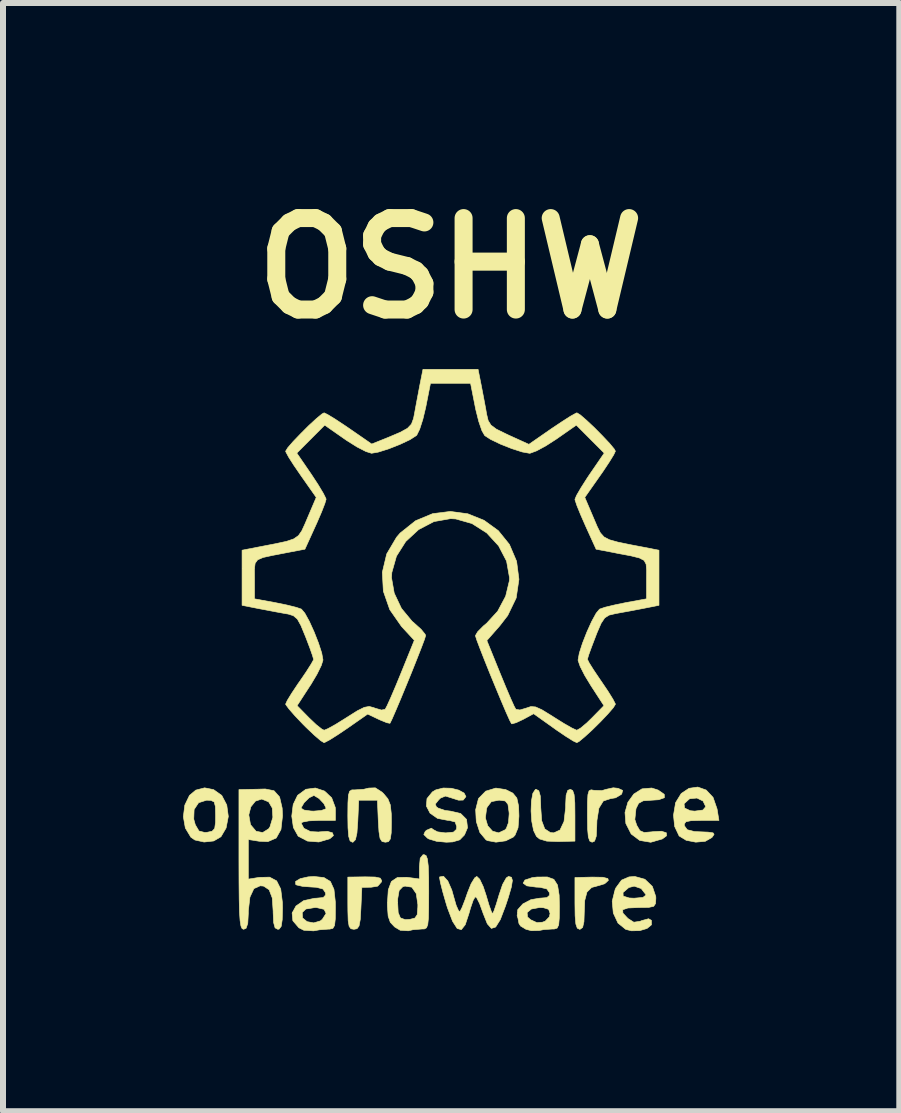
<source format=kicad_pcb>
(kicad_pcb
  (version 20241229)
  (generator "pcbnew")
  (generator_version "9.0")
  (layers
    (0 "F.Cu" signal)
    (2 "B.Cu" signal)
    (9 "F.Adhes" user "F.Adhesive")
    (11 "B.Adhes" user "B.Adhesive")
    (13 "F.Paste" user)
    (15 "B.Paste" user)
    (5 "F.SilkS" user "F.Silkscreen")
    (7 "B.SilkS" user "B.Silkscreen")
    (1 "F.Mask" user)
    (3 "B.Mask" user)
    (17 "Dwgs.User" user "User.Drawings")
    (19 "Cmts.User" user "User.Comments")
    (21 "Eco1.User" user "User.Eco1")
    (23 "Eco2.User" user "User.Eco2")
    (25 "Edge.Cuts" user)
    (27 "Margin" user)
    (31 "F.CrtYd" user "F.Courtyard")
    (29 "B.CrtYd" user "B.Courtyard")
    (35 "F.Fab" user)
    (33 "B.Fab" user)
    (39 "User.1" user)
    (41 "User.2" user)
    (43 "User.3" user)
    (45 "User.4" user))
  (footprint "OSHW"
    (layer "F.Cu")
    (at 4.456 7.768)
    (property "Reference" "OSHW" (at 0 -6.35 0) (layer "F.SilkS") (effects (font (size 1.524 1.524) (thickness 0.3))))
    (attr through_hole)
    (fp_poly (pts (xy -1.256 3.794) (xy -1.172 3.812) (xy -1.148 3.851) (xy -1.15 3.875) (xy -1.213 3.946) (xy -1.322 3.964) (xy -1.477 3.966) (xy -1.493 4.315) (xy -1.504 4.503) (xy -1.524 4.609) (xy -1.558 4.655) (xy -1.609 4.665) (xy -1.659 4.656) (xy -1.689 4.616) (xy -1.705 4.525) (xy -1.71 4.361) (xy -1.711 4.23) (xy -1.711 3.795) (xy -1.422 3.791) (xy -1.256 3.794)) (stroke (width 0.01) (type solid)) (fill yes) (layer "F.SilkS"))
    (fp_poly (pts (xy 2.537 3.798) (xy 2.621 3.819) (xy 2.63 3.85) (xy 2.568 3.906) (xy 2.484 3.932) (xy 2.351 3.968) (xy 2.273 4.045) (xy 2.236 4.185) (xy 2.229 4.361) (xy 2.223 4.539) (xy 2.201 4.634) (xy 2.158 4.665) (xy 2.151 4.665) (xy 2.112 4.646) (xy 2.088 4.577) (xy 2.076 4.439) (xy 2.073 4.234) (xy 2.073 3.802) (xy 2.362 3.795) (xy 2.537 3.798)) (stroke (width 0.01) (type solid)) (fill yes) (layer "F.SilkS"))
    (fp_poly (pts (xy 2.792 2.316) (xy 2.868 2.351) (xy 2.853 2.407) (xy 2.846 2.417) (xy 2.75 2.474) (xy 2.665 2.488) (xy 2.546 2.527) (xy 2.472 2.647) (xy 2.439 2.854) (xy 2.436 2.951) (xy 2.428 3.115) (xy 2.4 3.196) (xy 2.359 3.214) (xy 2.32 3.195) (xy 2.296 3.127) (xy 2.284 2.992) (xy 2.281 2.772) (xy 2.281 2.767) (xy 2.282 2.552) (xy 2.289 2.422) (xy 2.308 2.358) (xy 2.342 2.341) (xy 2.393 2.35) (xy 2.522 2.354) (xy 2.592 2.333) (xy 2.711 2.307) (xy 2.792 2.316)) (stroke (width 0.01) (type solid)) (fill yes) (layer "F.SilkS"))
    (fp_poly (pts (xy 3.461 2.346) (xy 3.561 2.416) (xy 3.563 2.472) (xy 3.47 2.506) (xy 3.352 2.514) (xy 3.21 2.524) (xy 3.134 2.566) (xy 3.09 2.655) (xy 3.071 2.836) (xy 3.103 2.933) (xy 3.155 3.021) (xy 3.226 3.052) (xy 3.355 3.041) (xy 3.368 3.039) (xy 3.515 3.031) (xy 3.596 3.057) (xy 3.599 3.107) (xy 3.53 3.159) (xy 3.336 3.215) (xy 3.152 3.184) (xy 3.01 3.077) (xy 2.921 2.902) (xy 2.907 2.719) (xy 2.955 2.549) (xy 3.054 2.411) (xy 3.19 2.325) (xy 3.353 2.311) (xy 3.461 2.346)) (stroke (width 0.01) (type solid)) (fill yes) (layer "F.SilkS"))
    (fp_poly (pts (xy 2.035 2.352) (xy 2.059 2.421) (xy 2.071 2.559) (xy 2.073 2.764) (xy 2.073 3.196) (xy 1.795 3.203) (xy 1.604 3.196) (xy 1.484 3.16) (xy 1.432 3.117) (xy 1.384 3.019) (xy 1.354 2.869) (xy 1.342 2.695) (xy 1.348 2.529) (xy 1.372 2.399) (xy 1.414 2.335) (xy 1.426 2.333) (xy 1.471 2.357) (xy 1.496 2.444) (xy 1.503 2.612) (xy 1.503 2.633) (xy 1.519 2.856) (xy 1.57 2.992) (xy 1.663 3.053) (xy 1.719 3.058) (xy 1.824 3.011) (xy 1.891 2.869) (xy 1.918 2.637) (xy 1.918 2.595) (xy 1.926 2.431) (xy 1.954 2.35) (xy 1.996 2.333) (xy 2.035 2.352)) (stroke (width 0.01) (type solid)) (fill yes) (layer "F.SilkS"))
    (fp_poly (pts (xy -1.141 2.38) (xy -1.115 2.405) (xy -1.043 2.492) (xy -1.003 2.592) (xy -0.987 2.738) (xy -0.985 2.875) (xy -0.988 3.058) (xy -1.003 3.16) (xy -1.035 3.205) (xy -1.086 3.214) (xy -1.141 3.202) (xy -1.174 3.151) (xy -1.192 3.039) (xy -1.203 2.864) (xy -1.218 2.514) (xy -1.529 2.514) (xy -1.545 2.864) (xy -1.559 3.061) (xy -1.584 3.172) (xy -1.624 3.213) (xy -1.635 3.214) (xy -1.673 3.193) (xy -1.696 3.119) (xy -1.708 2.975) (xy -1.711 2.774) (xy -1.709 2.561) (xy -1.701 2.431) (xy -1.681 2.365) (xy -1.644 2.342) (xy -1.594 2.342) (xy -1.446 2.332) (xy -1.362 2.312) (xy -1.253 2.308) (xy -1.141 2.38)) (stroke (width 0.01) (type solid)) (fill yes) (layer "F.SilkS"))
    (fp_poly (pts (xy -3.947 2.338) (xy -3.811 2.435) (xy -3.728 2.594) (xy -3.702 2.785) (xy -3.739 2.977) (xy -3.825 3.123) (xy -3.945 3.193) (xy -4.106 3.211) (xy -4.259 3.177) (xy -4.325 3.132) (xy -4.418 2.978) (xy -4.444 2.83) (xy -4.278 2.83) (xy -4.252 2.924) (xy -4.191 3.027) (xy -4.094 3.052) (xy -4.056 3.049) (xy -3.972 3.031) (xy -3.929 2.985) (xy -3.915 2.882) (xy -3.914 2.773) (xy -3.917 2.62) (xy -3.938 2.543) (xy -3.992 2.517) (xy -4.065 2.514) (xy -4.197 2.556) (xy -4.272 2.669) (xy -4.278 2.83) (xy -4.444 2.83) (xy -4.451 2.789) (xy -4.427 2.596) (xy -4.349 2.434) (xy -4.244 2.346) (xy -4.097 2.308) (xy -3.947 2.338)) (stroke (width 0.01) (type solid)) (fill yes) (layer "F.SilkS"))
    (fp_poly (pts (xy 0.919 2.337) (xy 1.038 2.396) (xy 1.105 2.478) (xy 1.134 2.611) (xy 1.14 2.778) (xy 1.125 2.974) (xy 1.075 3.096) (xy 1.046 3.128) (xy 0.919 3.191) (xy 0.757 3.213) (xy 0.615 3.187) (xy 0.591 3.174) (xy 0.489 3.052) (xy 0.43 2.871) (xy 0.426 2.809) (xy 0.581 2.809) (xy 0.62 2.941) (xy 0.7 3.03) (xy 0.802 3.058) (xy 0.908 3.008) (xy 0.93 2.984) (xy 0.966 2.886) (xy 0.977 2.741) (xy 0.975 2.712) (xy 0.957 2.583) (xy 0.912 2.527) (xy 0.817 2.514) (xy 0.805 2.514) (xy 0.68 2.538) (xy 0.611 2.628) (xy 0.601 2.655) (xy 0.581 2.809) (xy 0.426 2.809) (xy 0.419 2.672) (xy 0.464 2.494) (xy 0.47 2.482) (xy 0.587 2.363) (xy 0.755 2.312) (xy 0.919 2.337)) (stroke (width 0.01) (type solid)) (fill yes) (layer "F.SilkS"))
    (fp_poly (pts (xy 4.26 2.345) (xy 4.374 2.467) (xy 4.441 2.66) (xy 4.472 2.851) (xy 4.176 2.851) (xy 4.008 2.855) (xy 3.922 2.873) (xy 3.895 2.911) (xy 3.898 2.942) (xy 3.944 3.006) (xy 4.062 3.036) (xy 4.122 3.039) (xy 4.291 3.046) (xy 4.374 3.058) (xy 4.391 3.083) (xy 4.36 3.129) (xy 4.354 3.136) (xy 4.244 3.199) (xy 4.086 3.213) (xy 3.926 3.182) (xy 3.809 3.11) (xy 3.734 2.951) (xy 3.715 2.764) (xy 3.747 2.574) (xy 3.891 2.574) (xy 3.9 2.645) (xy 3.994 2.689) (xy 4.069 2.696) (xy 4.205 2.678) (xy 4.251 2.623) (xy 4.251 2.62) (xy 4.207 2.528) (xy 4.106 2.478) (xy 3.99 2.489) (xy 3.977 2.495) (xy 3.891 2.574) (xy 3.747 2.574) (xy 3.751 2.553) (xy 3.844 2.402) (xy 3.974 2.316) (xy 4.12 2.295) (xy 4.26 2.345)) (stroke (width 0.01) (type solid)) (fill yes) (layer "F.SilkS"))
    (fp_poly (pts (xy -2.099 2.362) (xy -1.98 2.474) (xy -1.92 2.635) (xy -1.918 2.678) (xy -1.918 2.851) (xy -2.203 2.851) (xy -2.359 2.858) (xy -2.463 2.878) (xy -2.488 2.897) (xy -2.443 2.982) (xy -2.333 3.037) (xy -2.196 3.044) (xy -2.188 3.042) (xy -2.052 3.033) (xy -1.967 3.057) (xy -1.951 3.104) (xy -2.011 3.156) (xy -2.194 3.21) (xy -2.383 3.195) (xy -2.534 3.116) (xy -2.54 3.11) (xy -2.618 2.969) (xy -2.645 2.779) (xy -2.629 2.647) (xy -2.488 2.647) (xy -2.442 2.678) (xy -2.327 2.694) (xy -2.281 2.696) (xy -2.151 2.685) (xy -2.079 2.658) (xy -2.073 2.647) (xy -2.11 2.571) (xy -2.19 2.486) (xy -2.27 2.438) (xy -2.281 2.436) (xy -2.356 2.474) (xy -2.439 2.555) (xy -2.487 2.636) (xy -2.488 2.647) (xy -2.629 2.647) (xy -2.621 2.585) (xy -2.548 2.433) (xy -2.41 2.332) (xy -2.252 2.311) (xy -2.099 2.362)) (stroke (width 0.01) (type solid)) (fill yes) (layer "F.SilkS"))
    (fp_poly (pts (xy 3.238 3.831) (xy 3.363 3.951) (xy 3.42 4.12) (xy 3.421 4.147) (xy 3.416 4.236) (xy 3.385 4.282) (xy 3.302 4.3) (xy 3.14 4.302) (xy 3.136 4.302) (xy 2.955 4.31) (xy 2.869 4.339) (xy 2.872 4.395) (xy 2.955 4.484) (xy 3.054 4.547) (xy 3.16 4.531) (xy 3.186 4.52) (xy 3.3 4.489) (xy 3.347 4.516) (xy 3.348 4.59) (xy 3.274 4.651) (xy 3.153 4.687) (xy 3.014 4.69) (xy 2.919 4.666) (xy 2.79 4.561) (xy 2.712 4.394) (xy 2.694 4.197) (xy 2.73 4.052) (xy 2.874 4.052) (xy 2.877 4.112) (xy 2.977 4.143) (xy 3.058 4.147) (xy 3.206 4.134) (xy 3.256 4.095) (xy 3.254 4.086) (xy 3.177 3.986) (xy 3.06 3.946) (xy 2.971 3.969) (xy 2.874 4.052) (xy 2.73 4.052) (xy 2.743 4.001) (xy 2.755 3.975) (xy 2.849 3.846) (xy 2.974 3.792) (xy 3.071 3.785) (xy 3.238 3.831)) (stroke (width 0.01) (type solid)) (fill yes) (layer "F.SilkS"))
    (fp_poly (pts (xy 0.013 2.315) (xy 0.137 2.346) (xy 0.226 2.395) (xy 0.257 2.454) (xy 0.211 2.512) (xy 0.134 2.514) (xy 0.028 2.48) (xy -0.084 2.445) (xy -0.166 2.478) (xy -0.196 2.507) (xy -0.254 2.579) (xy -0.235 2.626) (xy -0.207 2.645) (xy -0.095 2.684) (xy 0 2.696) (xy 0.168 2.735) (xy 0.267 2.834) (xy 0.283 2.973) (xy 0.233 3.092) (xy 0.154 3.174) (xy 0.036 3.209) (xy -0.069 3.214) (xy -0.231 3.199) (xy -0.36 3.16) (xy -0.384 3.146) (xy -0.445 3.086) (xy -0.421 3.034) (xy -0.398 3.014) (xy -0.318 2.98) (xy -0.287 3.004) (xy -0.217 3.041) (xy -0.09 3.058) (xy -0.075 3.058) (xy 0.049 3.046) (xy 0.098 3) (xy 0.104 2.955) (xy 0.077 2.877) (xy -0.02 2.851) (xy -0.04 2.851) (xy -0.217 2.817) (xy -0.341 2.73) (xy -0.402 2.612) (xy -0.392 2.487) (xy -0.302 2.376) (xy -0.245 2.342) (xy -0.122 2.311) (xy 0.013 2.315)) (stroke (width 0.01) (type solid)) (fill yes) (layer "F.SilkS"))
    (fp_poly (pts (xy -2.108 3.803) (xy -2.001 3.869) (xy -1.942 3.999) (xy -1.919 4.209) (xy -1.918 4.306) (xy -1.92 4.494) (xy -1.932 4.601) (xy -1.961 4.65) (xy -2.014 4.662) (xy -2.035 4.662) (xy -2.181 4.673) (xy -2.281 4.691) (xy -2.444 4.681) (xy -2.527 4.639) (xy -2.627 4.522) (xy -2.639 4.395) (xy -2.634 4.385) (xy -2.471 4.385) (xy -2.465 4.476) (xy -2.39 4.537) (xy -2.28 4.558) (xy -2.17 4.526) (xy -2.136 4.499) (xy -2.073 4.4) (xy -2.107 4.332) (xy -2.231 4.303) (xy -2.257 4.302) (xy -2.41 4.327) (xy -2.471 4.385) (xy -2.634 4.385) (xy -2.575 4.277) (xy -2.446 4.187) (xy -2.266 4.148) (xy -2.24 4.147) (xy -2.121 4.136) (xy -2.081 4.093) (xy -2.083 4.056) (xy -2.125 3.994) (xy -2.233 3.965) (xy -2.322 3.96) (xy -2.466 3.949) (xy -2.563 3.927) (xy -2.579 3.918) (xy -2.581 3.867) (xy -2.504 3.821) (xy -2.371 3.791) (xy -2.272 3.785) (xy -2.108 3.803)) (stroke (width 0.01) (type solid)) (fill yes) (layer "F.SilkS"))
    (fp_poly (pts (xy -0.407 3.437) (xy -0.385 3.494) (xy -0.371 3.609) (xy -0.364 3.798) (xy -0.363 4.043) (xy -0.364 4.305) (xy -0.368 4.48) (xy -0.379 4.586) (xy -0.4 4.64) (xy -0.435 4.659) (xy -0.479 4.66) (xy -0.627 4.672) (xy -0.703 4.69) (xy -0.838 4.681) (xy -0.93 4.626) (xy -1.003 4.549) (xy -1.039 4.447) (xy -1.051 4.285) (xy -1.052 4.235) (xy -1.05 4.214) (xy -0.881 4.214) (xy -0.872 4.386) (xy -0.835 4.475) (xy -0.755 4.504) (xy -0.676 4.499) (xy -0.594 4.478) (xy -0.555 4.422) (xy -0.545 4.299) (xy -0.544 4.256) (xy -0.571 4.07) (xy -0.645 3.963) (xy -0.759 3.945) (xy -0.796 3.956) (xy -0.856 4.018) (xy -0.88 4.156) (xy -0.881 4.214) (xy -1.05 4.214) (xy -1.037 4.008) (xy -0.985 3.868) (xy -0.886 3.802) (xy -0.731 3.798) (xy -0.715 3.8) (xy -0.518 3.826) (xy -0.518 3.624) (xy -0.505 3.481) (xy -0.46 3.424) (xy -0.441 3.421) (xy -0.407 3.437)) (stroke (width 0.01) (type solid)) (fill yes) (layer "F.SilkS"))
    (fp_poly (pts (xy 1.722 3.833) (xy 1.783 3.928) (xy 1.81 4.097) (xy 1.814 4.282) (xy 1.812 4.478) (xy 1.802 4.592) (xy 1.776 4.645) (xy 1.729 4.66) (xy 1.698 4.66) (xy 1.552 4.67) (xy 1.477 4.685) (xy 1.347 4.688) (xy 1.257 4.665) (xy 1.167 4.61) (xy 1.14 4.568) (xy 1.123 4.478) (xy 1.11 4.44) (xy 1.116 4.386) (xy 1.276 4.386) (xy 1.283 4.46) (xy 1.337 4.507) (xy 1.44 4.554) (xy 1.53 4.547) (xy 1.577 4.53) (xy 1.646 4.458) (xy 1.659 4.401) (xy 1.635 4.332) (xy 1.547 4.305) (xy 1.483 4.302) (xy 1.347 4.327) (xy 1.276 4.386) (xy 1.116 4.386) (xy 1.12 4.338) (xy 1.205 4.242) (xy 1.34 4.171) (xy 1.481 4.147) (xy 1.605 4.137) (xy 1.65 4.098) (xy 1.649 4.056) (xy 1.605 3.993) (xy 1.492 3.965) (xy 1.425 3.962) (xy 1.271 3.941) (xy 1.21 3.896) (xy 1.24 3.844) (xy 1.36 3.804) (xy 1.442 3.794) (xy 1.613 3.793) (xy 1.722 3.833)) (stroke (width 0.01) (type solid)) (fill yes) (layer "F.SilkS"))
    (fp_poly (pts (xy -0.045 3.86) (xy 0.022 4.013) (xy 0.051 4.117) (xy 0.094 4.266) (xy 0.134 4.356) (xy 0.158 4.369) (xy 0.193 4.3) (xy 0.245 4.166) (xy 0.283 4.056) (xy 0.343 3.906) (xy 0.403 3.808) (xy 0.438 3.784) (xy 0.486 3.83) (xy 0.544 3.952) (xy 0.592 4.095) (xy 0.64 4.257) (xy 0.68 4.369) (xy 0.7 4.406) (xy 0.723 4.361) (xy 0.764 4.242) (xy 0.808 4.095) (xy 0.868 3.917) (xy 0.929 3.809) (xy 0.966 3.784) (xy 1.015 3.798) (xy 1.031 3.851) (xy 1.014 3.959) (xy 0.962 4.138) (xy 0.915 4.279) (xy 0.829 4.504) (xy 0.752 4.627) (xy 0.681 4.65) (xy 0.613 4.573) (xy 0.543 4.398) (xy 0.539 4.386) (xy 0.485 4.237) (xy 0.437 4.142) (xy 0.411 4.123) (xy 0.377 4.183) (xy 0.333 4.311) (xy 0.306 4.406) (xy 0.245 4.589) (xy 0.18 4.671) (xy 0.111 4.651) (xy 0.034 4.531) (xy -0.051 4.307) (xy -0.072 4.239) (xy -0.128 4.045) (xy -0.167 3.892) (xy -0.183 3.804) (xy -0.181 3.792) (xy -0.116 3.782) (xy -0.045 3.86)) (stroke (width 0.01) (type solid)) (fill yes) (layer "F.SilkS"))
    (fp_poly (pts (xy -2.941 2.356) (xy -2.848 2.46) (xy -2.805 2.645) (xy -2.799 2.775) (xy -2.825 3.003) (xy -2.904 3.144) (xy -3.043 3.204) (xy -3.187 3.198) (xy -3.369 3.169) (xy -3.369 3.829) (xy -3.187 3.8) (xy -3.014 3.796) (xy -2.897 3.858) (xy -2.829 3.994) (xy -2.801 4.217) (xy -2.799 4.31) (xy -2.804 4.505) (xy -2.821 4.616) (xy -2.855 4.661) (xy -2.877 4.665) (xy -2.923 4.641) (xy -2.947 4.554) (xy -2.955 4.386) (xy -2.955 4.365) (xy -2.97 4.142) (xy -3.022 4.006) (xy -3.115 3.945) (xy -3.171 3.94) (xy -3.276 3.987) (xy -3.342 4.129) (xy -3.369 4.361) (xy -3.369 4.403) (xy -3.378 4.567) (xy -3.406 4.648) (xy -3.447 4.665) (xy -3.473 4.653) (xy -3.492 4.609) (xy -3.506 4.52) (xy -3.516 4.375) (xy -3.521 4.162) (xy -3.524 3.868) (xy -3.525 3.501) (xy -3.525 2.759) (xy -3.361 2.759) (xy -3.334 2.912) (xy -3.328 2.927) (xy -3.24 3.031) (xy -3.13 3.053) (xy -3.03 2.991) (xy -3.008 2.958) (xy -2.96 2.799) (xy -2.97 2.644) (xy -3.03 2.542) (xy -3.145 2.495) (xy -3.25 2.529) (xy -3.327 2.625) (xy -3.361 2.759) (xy -3.525 2.759) (xy -3.525 2.337) (xy -3.382 2.334) (xy -3.217 2.331) (xy -3.087 2.327) (xy -2.941 2.356)) (stroke (width 0.01) (type solid)) (fill yes) (layer "F.SilkS"))
    (fp_poly (pts (xy 0.513 -4.393) (xy 0.552 -4.19) (xy 0.589 -3.992) (xy 0.601 -3.92) (xy 0.627 -3.811) (xy 0.674 -3.735) (xy 0.764 -3.668) (xy 0.923 -3.59) (xy 0.971 -3.567) (xy 1.306 -3.415) (xy 1.685 -3.678) (xy 1.859 -3.794) (xy 2.001 -3.885) (xy 2.09 -3.934) (xy 2.106 -3.94) (xy 2.163 -3.905) (xy 2.267 -3.815) (xy 2.398 -3.692) (xy 2.532 -3.556) (xy 2.65 -3.431) (xy 2.728 -3.337) (xy 2.747 -3.301) (xy 2.719 -3.241) (xy 2.644 -3.119) (xy 2.537 -2.958) (xy 2.492 -2.894) (xy 2.237 -2.531) (xy 2.384 -2.186) (xy 2.446 -2.041) (xy 2.497 -1.94) (xy 2.558 -1.872) (xy 2.648 -1.825) (xy 2.788 -1.786) (xy 2.996 -1.743) (xy 3.175 -1.709) (xy 3.473 -1.651) (xy 3.473 -0.733) (xy 3.201 -0.679) (xy 3.002 -0.641) (xy 2.81 -0.606) (xy 2.741 -0.593) (xy 2.64 -0.569) (xy 2.569 -0.523) (xy 2.509 -0.433) (xy 2.44 -0.274) (xy 2.417 -0.214) (xy 2.35 -0.039) (xy 2.301 0.096) (xy 2.281 0.165) (xy 2.281 0.167) (xy 2.309 0.224) (xy 2.382 0.341) (xy 2.487 0.497) (xy 2.514 0.536) (xy 2.624 0.699) (xy 2.706 0.831) (xy 2.746 0.909) (xy 2.747 0.916) (xy 2.712 0.973) (xy 2.622 1.077) (xy 2.498 1.208) (xy 2.362 1.342) (xy 2.235 1.458) (xy 2.141 1.536) (xy 2.104 1.555) (xy 2.044 1.527) (xy 1.924 1.452) (xy 1.766 1.345) (xy 1.723 1.314) (xy 1.385 1.073) (xy 1.211 1.167) (xy 1.094 1.222) (xy 1.023 1.242) (xy 1.016 1.239) (xy 0.985 1.181) (xy 0.925 1.047) (xy 0.845 0.859) (xy 0.753 0.638) (xy 0.657 0.405) (xy 0.567 0.181) (xy 0.491 -0.013) (xy 0.437 -0.156) (xy 0.415 -0.226) (xy 0.415 -0.228) (xy 0.452 -0.292) (xy 0.547 -0.388) (xy 0.602 -0.434) (xy 0.786 -0.635) (xy 0.919 -0.885) (xy 0.981 -1.143) (xy 0.983 -1.192) (xy 0.934 -1.469) (xy 0.801 -1.724) (xy 0.603 -1.939) (xy 0.358 -2.095) (xy 0.087 -2.172) (xy 0 -2.177) (xy -0.276 -2.128) (xy -0.531 -1.995) (xy -0.746 -1.796) (xy -0.901 -1.551) (xy -0.978 -1.279) (xy -0.983 -1.192) (xy -0.938 -0.936) (xy -0.818 -0.682) (xy -0.641 -0.468) (xy -0.602 -0.434) (xy -0.49 -0.333) (xy -0.423 -0.251) (xy -0.415 -0.228) (xy -0.433 -0.167) (xy -0.484 -0.032) (xy -0.558 0.157) (xy -0.646 0.378) (xy -0.741 0.61) (xy -0.833 0.833) (xy -0.914 1.024) (xy -0.975 1.164) (xy -1.008 1.231) (xy -1.01 1.233) (xy -1.061 1.223) (xy -1.169 1.179) (xy -1.202 1.164) (xy -1.38 1.079) (xy -1.721 1.317) (xy -1.886 1.428) (xy -2.02 1.512) (xy -2.099 1.553) (xy -2.108 1.555) (xy -2.164 1.521) (xy -2.271 1.429) (xy -2.409 1.298) (xy -2.451 1.256) (xy -2.589 1.111) (xy -2.692 0.993) (xy -2.744 0.922) (xy -2.747 0.913) (xy -2.72 0.853) (xy -2.646 0.732) (xy -2.541 0.574) (xy -2.514 0.536) (xy -2.404 0.375) (xy -2.322 0.246) (xy -2.282 0.174) (xy -2.281 0.167) (xy -2.299 0.105) (xy -2.345 -0.026) (xy -2.411 -0.199) (xy -2.417 -0.214) (xy -2.492 -0.396) (xy -2.552 -0.504) (xy -2.618 -0.56) (xy -2.708 -0.588) (xy -2.741 -0.593) (xy -2.906 -0.623) (xy -3.11 -0.662) (xy -3.201 -0.679) (xy -3.473 -0.733) (xy -3.473 -1.344) (xy -3.267 -1.344) (xy -3.266 -1.207) (xy -3.266 -1.171) (xy -3.266 -0.841) (xy -2.916 -0.777) (xy -2.726 -0.738) (xy -2.57 -0.699) (xy -2.485 -0.67) (xy -2.428 -0.603) (xy -2.353 -0.467) (xy -2.273 -0.291) (xy -2.2 -0.105) (xy -2.146 0.061) (xy -2.125 0.178) (xy -2.125 0.179) (xy -2.153 0.269) (xy -2.224 0.414) (xy -2.326 0.586) (xy -2.341 0.608) (xy -2.556 0.939) (xy -2.356 1.143) (xy -2.237 1.256) (xy -2.142 1.331) (xy -2.105 1.348) (xy -2.04 1.321) (xy -1.914 1.251) (xy -1.753 1.151) (xy -1.725 1.133) (xy -1.552 1.024) (xy -1.437 0.967) (xy -1.355 0.952) (xy -1.279 0.972) (xy -1.26 0.98) (xy -1.151 1.012) (xy -1.089 1) (xy -1.056 0.938) (xy -0.994 0.801) (xy -0.912 0.609) (xy -0.828 0.405) (xy -0.603 -0.15) (xy -0.816 -0.38) (xy -1.012 -0.661) (xy -1.119 -0.968) (xy -1.136 -1.283) (xy -1.063 -1.589) (xy -0.899 -1.867) (xy -0.84 -1.936) (xy -0.582 -2.142) (xy -0.298 -2.26) (xy -0.003 -2.297) (xy 0.288 -2.258) (xy 0.559 -2.149) (xy 0.796 -1.977) (xy 0.981 -1.748) (xy 1.101 -1.466) (xy 1.14 -1.166) (xy 1.094 -0.855) (xy 0.953 -0.563) (xy 0.82 -0.391) (xy 0.605 -0.146) (xy 0.829 0.406) (xy 0.921 0.629) (xy 1.001 0.817) (xy 1.06 0.948) (xy 1.089 1) (xy 1.156 1.011) (xy 1.26 0.98) (xy 1.338 0.954) (xy 1.417 0.96) (xy 1.522 1.007) (xy 1.68 1.104) (xy 1.725 1.133) (xy 1.89 1.236) (xy 2.023 1.312) (xy 2.1 1.347) (xy 2.105 1.348) (xy 2.167 1.313) (xy 2.272 1.225) (xy 2.356 1.143) (xy 2.556 0.939) (xy 2.341 0.608) (xy 2.236 0.435) (xy 2.16 0.285) (xy 2.126 0.187) (xy 2.125 0.179) (xy 2.146 0.063) (xy 2.199 -0.102) (xy 2.272 -0.288) (xy 2.352 -0.465) (xy 2.427 -0.602) (xy 2.484 -0.67) (xy 2.485 -0.67) (xy 2.575 -0.701) (xy 2.733 -0.739) (xy 2.916 -0.777) (xy 3.266 -0.841) (xy 3.266 -1.171) (xy 3.267 -1.32) (xy 3.259 -1.418) (xy 3.225 -1.481) (xy 3.147 -1.522) (xy 3.007 -1.557) (xy 2.787 -1.598) (xy 2.729 -1.61) (xy 2.426 -1.668) (xy 2.25 -2.055) (xy 2.168 -2.242) (xy 2.106 -2.394) (xy 2.075 -2.487) (xy 2.073 -2.499) (xy 2.101 -2.566) (xy 2.175 -2.693) (xy 2.28 -2.858) (xy 2.317 -2.913) (xy 2.561 -3.269) (xy 2.328 -3.502) (xy 2.096 -3.735) (xy 1.761 -3.501) (xy 1.587 -3.389) (xy 1.433 -3.306) (xy 1.327 -3.267) (xy 1.316 -3.266) (xy 1.194 -3.288) (xy 1.02 -3.344) (xy 0.831 -3.419) (xy 0.667 -3.498) (xy 0.57 -3.561) (xy 0.523 -3.643) (xy 0.47 -3.798) (xy 0.421 -3.993) (xy 0.413 -4.032) (xy 0.334 -4.432) (xy -0.334 -4.432) (xy -0.413 -4.032) (xy -0.461 -3.832) (xy -0.514 -3.667) (xy -0.562 -3.569) (xy -0.57 -3.561) (xy -0.677 -3.492) (xy -0.845 -3.413) (xy -1.033 -3.339) (xy -1.205 -3.285) (xy -1.316 -3.266) (xy -1.409 -3.295) (xy -1.557 -3.371) (xy -1.729 -3.479) (xy -1.761 -3.501) (xy -2.096 -3.735) (xy -2.561 -3.269) (xy -2.317 -2.913) (xy -2.205 -2.742) (xy -2.12 -2.6) (xy -2.076 -2.512) (xy -2.073 -2.499) (xy -2.094 -2.428) (xy -2.148 -2.289) (xy -2.225 -2.11) (xy -2.25 -2.055) (xy -2.426 -1.668) (xy -2.729 -1.61) (xy -2.968 -1.564) (xy -3.123 -1.53) (xy -3.213 -1.491) (xy -3.255 -1.434) (xy -3.267 -1.344) (xy -3.473 -1.344) (xy -3.473 -1.651) (xy -3.175 -1.709) (xy -2.912 -1.76) (xy -2.731 -1.799) (xy -2.611 -1.84) (xy -2.534 -1.894) (xy -2.479 -1.972) (xy -2.426 -2.087) (xy -2.384 -2.186) (xy -2.237 -2.531) (xy -2.492 -2.894) (xy -2.608 -3.063) (xy -2.697 -3.202) (xy -2.743 -3.288) (xy -2.747 -3.301) (xy -2.712 -3.358) (xy -2.622 -3.462) (xy -2.498 -3.591) (xy -2.363 -3.726) (xy -2.237 -3.842) (xy -2.143 -3.92) (xy -2.106 -3.94) (xy -2.048 -3.912) (xy -1.926 -3.838) (xy -1.764 -3.731) (xy -1.689 -3.68) (xy -1.313 -3.42) (xy -1.032 -3.533) (xy -0.837 -3.616) (xy -0.717 -3.682) (xy -0.651 -3.752) (xy -0.616 -3.846) (xy -0.6 -3.928) (xy -0.569 -4.097) (xy -0.53 -4.303) (xy -0.513 -4.393) (xy -0.459 -4.665) (xy 0.459 -4.665) (xy 0.513 -4.393)) (stroke (width 0.01) (type solid)) (fill yes) (layer "F.SilkS")))
  (gr_rect
    (start -3 -3)
    (end 11.933 15.464)
    (stroke (width 0.1) (type default))
    (fill no)
    (layer "Edge.Cuts")))
</source>
